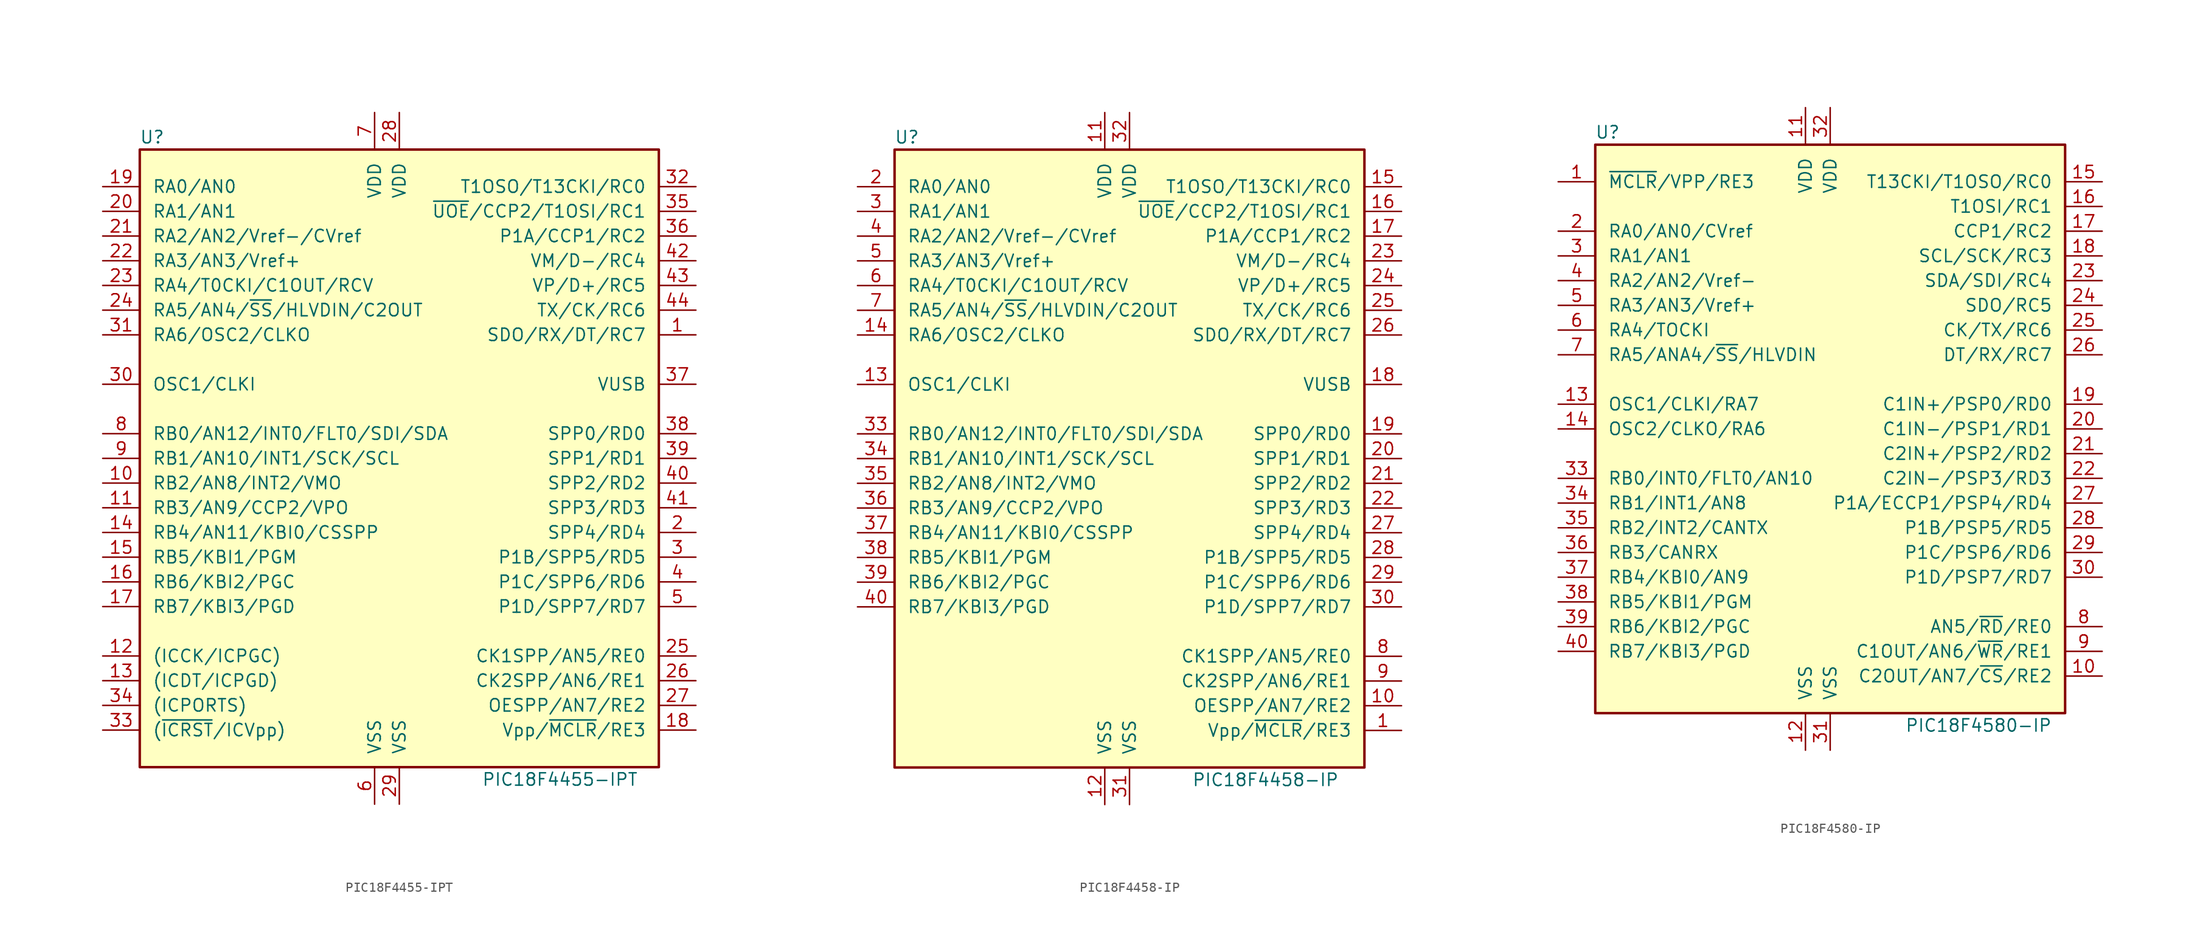
<source format=kicad_sym>
(kicad_symbol_lib
  (version 20201005)
  (generator kicad_symbol_editor)
  (symbol "PIC18F4455-IPT"
    (pin_names
      (offset 1.27))
    (property "Reference" "U"
      (at -25.4 33.02 0)
      (effects (font (size 1.27 1.27))))
    (property "Value" "PIC18F4455-IPT"
      (at 16.51 -33.02 0)
      (effects (font (size 1.27 1.27))))
    (symbol "PIC18F4455-IPT_0_1"
      (rectangle (start -26.67 31.75) (end 26.67 -31.75) (stroke (width 0.254)) (fill (type background))))
    (symbol "PIC18F4455-IPT_1_1"
      (pin bidirectional line (at 30.48 12.7 180) (length 3.81) (name "SDO/RX/DT/RC7" (effects (font (size 1.27 1.27)))) (number "1" (effects (font (size 1.27 1.27)))))
      (pin bidirectional line (at -30.48 -2.54 0) (length 3.81) (name "RB2/AN8/INT2/VMO" (effects (font (size 1.27 1.27)))) (number "10" (effects (font (size 1.27 1.27)))))
      (pin bidirectional line (at -30.48 -5.08 0) (length 3.81) (name "RB3/AN9/CCP2/VPO" (effects (font (size 1.27 1.27)))) (number "11" (effects (font (size 1.27 1.27)))))
      (pin bidirectional line (at -30.48 -20.32 0) (length 3.81) (name "(ICCK/ICPGC)" (effects (font (size 1.27 1.27)))) (number "12" (effects (font (size 1.27 1.27)))))
      (pin bidirectional line (at -30.48 -22.86 0) (length 3.81) (name "(ICDT/ICPGD)" (effects (font (size 1.27 1.27)))) (number "13" (effects (font (size 1.27 1.27)))))
      (pin bidirectional line (at -30.48 -7.62 0) (length 3.81) (name "RB4/AN11/KBI0/CSSPP" (effects (font (size 1.27 1.27)))) (number "14" (effects (font (size 1.27 1.27)))))
      (pin bidirectional line (at -30.48 -10.16 0) (length 3.81) (name "RB5/KBI1/PGM" (effects (font (size 1.27 1.27)))) (number "15" (effects (font (size 1.27 1.27)))))
      (pin bidirectional line (at -30.48 -12.7 0) (length 3.81) (name "RB6/KBI2/PGC" (effects (font (size 1.27 1.27)))) (number "16" (effects (font (size 1.27 1.27)))))
      (pin bidirectional line (at -30.48 -15.24 0) (length 3.81) (name "RB7/KBI3/PGD" (effects (font (size 1.27 1.27)))) (number "17" (effects (font (size 1.27 1.27)))))
      (pin input line (at 30.48 -27.94 180) (length 3.81) (name "Vpp/~MCLR~/RE3" (effects (font (size 1.27 1.27)))) (number "18" (effects (font (size 1.27 1.27)))))
      (pin bidirectional line (at -30.48 27.94 0) (length 3.81) (name "RA0/AN0" (effects (font (size 1.27 1.27)))) (number "19" (effects (font (size 1.27 1.27)))))
      (pin bidirectional line (at 30.48 -7.62 180) (length 3.81) (name "SPP4/RD4" (effects (font (size 1.27 1.27)))) (number "2" (effects (font (size 1.27 1.27)))))
      (pin bidirectional line (at -30.48 25.4 0) (length 3.81) (name "RA1/AN1" (effects (font (size 1.27 1.27)))) (number "20" (effects (font (size 1.27 1.27)))))
      (pin bidirectional line (at -30.48 22.86 0) (length 3.81) (name "RA2/AN2/Vref-/CVref" (effects (font (size 1.27 1.27)))) (number "21" (effects (font (size 1.27 1.27)))))
      (pin bidirectional line (at -30.48 20.32 0) (length 3.81) (name "RA3/AN3/Vref+" (effects (font (size 1.27 1.27)))) (number "22" (effects (font (size 1.27 1.27)))))
      (pin bidirectional line (at -30.48 17.78 0) (length 3.81) (name "RA4/T0CKI/C1OUT/RCV" (effects (font (size 1.27 1.27)))) (number "23" (effects (font (size 1.27 1.27)))))
      (pin bidirectional line (at -30.48 15.24 0) (length 3.81) (name "RA5/AN4/~SS~/HLVDIN/C2OUT" (effects (font (size 1.27 1.27)))) (number "24" (effects (font (size 1.27 1.27)))))
      (pin bidirectional line (at 30.48 -20.32 180) (length 3.81) (name "CK1SPP/AN5/RE0" (effects (font (size 1.27 1.27)))) (number "25" (effects (font (size 1.27 1.27)))))
      (pin bidirectional line (at 30.48 -22.86 180) (length 3.81) (name "CK2SPP/AN6/RE1" (effects (font (size 1.27 1.27)))) (number "26" (effects (font (size 1.27 1.27)))))
      (pin bidirectional line (at 30.48 -25.4 180) (length 3.81) (name "OESPP/AN7/RE2" (effects (font (size 1.27 1.27)))) (number "27" (effects (font (size 1.27 1.27)))))
      (pin power_in line (at 0 35.56 270) (length 3.81) (name "VDD" (effects (font (size 1.27 1.27)))) (number "28" (effects (font (size 1.27 1.27)))))
      (pin power_in line (at 0 -35.56 90) (length 3.81) (name "VSS" (effects (font (size 1.27 1.27)))) (number "29" (effects (font (size 1.27 1.27)))))
      (pin bidirectional line (at 30.48 -10.16 180) (length 3.81) (name "P1B/SPP5/RD5" (effects (font (size 1.27 1.27)))) (number "3" (effects (font (size 1.27 1.27)))))
      (pin input line (at -30.48 7.62 0) (length 3.81) (name "OSC1/CLKI" (effects (font (size 1.27 1.27)))) (number "30" (effects (font (size 1.27 1.27)))))
      (pin output line (at -30.48 12.7 0) (length 3.81) (name "RA6/OSC2/CLKO" (effects (font (size 1.27 1.27)))) (number "31" (effects (font (size 1.27 1.27)))))
      (pin bidirectional line (at 30.48 27.94 180) (length 3.81) (name "T1OSO/T13CKI/RC0" (effects (font (size 1.27 1.27)))) (number "32" (effects (font (size 1.27 1.27)))))
      (pin input line (at -30.48 -27.94 0) (length 3.81) (name "(~ICRST~/ICVpp)" (effects (font (size 1.27 1.27)))) (number "33" (effects (font (size 1.27 1.27)))))
      (pin bidirectional line (at -30.48 -25.4 0) (length 3.81) (name "(ICPORTS)" (effects (font (size 1.27 1.27)))) (number "34" (effects (font (size 1.27 1.27)))))
      (pin bidirectional line (at 30.48 25.4 180) (length 3.81) (name "~UOE~/CCP2/T1OSI/RC1" (effects (font (size 1.27 1.27)))) (number "35" (effects (font (size 1.27 1.27)))))
      (pin bidirectional line (at 30.48 22.86 180) (length 3.81) (name "P1A/CCP1/RC2" (effects (font (size 1.27 1.27)))) (number "36" (effects (font (size 1.27 1.27)))))
      (pin bidirectional line (at 30.48 7.62 180) (length 3.81) (name "VUSB" (effects (font (size 1.27 1.27)))) (number "37" (effects (font (size 1.27 1.27)))))
      (pin bidirectional line (at 30.48 2.54 180) (length 3.81) (name "SPP0/RD0" (effects (font (size 1.27 1.27)))) (number "38" (effects (font (size 1.27 1.27)))))
      (pin bidirectional line (at 30.48 0 180) (length 3.81) (name "SPP1/RD1" (effects (font (size 1.27 1.27)))) (number "39" (effects (font (size 1.27 1.27)))))
      (pin bidirectional line (at 30.48 -12.7 180) (length 3.81) (name "P1C/SPP6/RD6" (effects (font (size 1.27 1.27)))) (number "4" (effects (font (size 1.27 1.27)))))
      (pin bidirectional line (at 30.48 -2.54 180) (length 3.81) (name "SPP2/RD2" (effects (font (size 1.27 1.27)))) (number "40" (effects (font (size 1.27 1.27)))))
      (pin bidirectional line (at 30.48 -5.08 180) (length 3.81) (name "SPP3/RD3" (effects (font (size 1.27 1.27)))) (number "41" (effects (font (size 1.27 1.27)))))
      (pin bidirectional line (at 30.48 20.32 180) (length 3.81) (name "VM/D-/RC4" (effects (font (size 1.27 1.27)))) (number "42" (effects (font (size 1.27 1.27)))))
      (pin bidirectional line (at 30.48 17.78 180) (length 3.81) (name "VP/D+/RC5" (effects (font (size 1.27 1.27)))) (number "43" (effects (font (size 1.27 1.27)))))
      (pin bidirectional line (at 30.48 15.24 180) (length 3.81) (name "TX/CK/RC6" (effects (font (size 1.27 1.27)))) (number "44" (effects (font (size 1.27 1.27)))))
      (pin bidirectional line (at 30.48 -15.24 180) (length 3.81) (name "P1D/SPP7/RD7" (effects (font (size 1.27 1.27)))) (number "5" (effects (font (size 1.27 1.27)))))
      (pin power_in line (at -2.54 -35.56 90) (length 3.81) (name "VSS" (effects (font (size 1.27 1.27)))) (number "6" (effects (font (size 1.27 1.27)))))
      (pin power_in line (at -2.54 35.56 270) (length 3.81) (name "VDD" (effects (font (size 1.27 1.27)))) (number "7" (effects (font (size 1.27 1.27)))))
      (pin bidirectional line (at -30.48 2.54 0) (length 3.81) (name "RB0/AN12/INT0/FLT0/SDI/SDA" (effects (font (size 1.27 1.27)))) (number "8" (effects (font (size 1.27 1.27)))))
      (pin bidirectional line (at -30.48 0 0) (length 3.81) (name "RB1/AN10/INT1/SCK/SCL" (effects (font (size 1.27 1.27)))) (number "9" (effects (font (size 1.27 1.27)))))))
  (symbol "PIC18F4458-IP"
    (pin_names
      (offset 1.27))
    (property "Reference" "U"
      (at -22.86 33.02 0)
      (effects (font (size 1.27 1.27))))
    (property "Value" "PIC18F4458-IP"
      (at 13.97 -33.02 0)
      (effects (font (size 1.27 1.27))))
    (symbol "PIC18F4458-IP_0_1"
      (rectangle (start -24.13 31.75) (end 24.13 -31.75) (stroke (width 0.254)) (fill (type background))))
    (symbol "PIC18F4458-IP_1_1"
      (pin input line (at 27.94 -27.94 180) (length 3.81) (name "Vpp/~MCLR~/RE3" (effects (font (size 1.27 1.27)))) (number "1" (effects (font (size 1.27 1.27)))))
      (pin bidirectional line (at 27.94 -25.4 180) (length 3.81) (name "OESPP/AN7/RE2" (effects (font (size 1.27 1.27)))) (number "10" (effects (font (size 1.27 1.27)))))
      (pin power_in line (at -2.54 35.56 270) (length 3.81) (name "VDD" (effects (font (size 1.27 1.27)))) (number "11" (effects (font (size 1.27 1.27)))))
      (pin power_in line (at -2.54 -35.56 90) (length 3.81) (name "VSS" (effects (font (size 1.27 1.27)))) (number "12" (effects (font (size 1.27 1.27)))))
      (pin input line (at -27.94 7.62 0) (length 3.81) (name "OSC1/CLKI" (effects (font (size 1.27 1.27)))) (number "13" (effects (font (size 1.27 1.27)))))
      (pin bidirectional line (at -27.94 12.7 0) (length 3.81) (name "RA6/OSC2/CLKO" (effects (font (size 1.27 1.27)))) (number "14" (effects (font (size 1.27 1.27)))))
      (pin bidirectional line (at 27.94 27.94 180) (length 3.81) (name "T1OSO/T13CKI/RC0" (effects (font (size 1.27 1.27)))) (number "15" (effects (font (size 1.27 1.27)))))
      (pin bidirectional line (at 27.94 25.4 180) (length 3.81) (name "~UOE~/CCP2/T1OSI/RC1" (effects (font (size 1.27 1.27)))) (number "16" (effects (font (size 1.27 1.27)))))
      (pin bidirectional line (at 27.94 22.86 180) (length 3.81) (name "P1A/CCP1/RC2" (effects (font (size 1.27 1.27)))) (number "17" (effects (font (size 1.27 1.27)))))
      (pin bidirectional line (at 27.94 7.62 180) (length 3.81) (name "VUSB" (effects (font (size 1.27 1.27)))) (number "18" (effects (font (size 1.27 1.27)))))
      (pin bidirectional line (at 27.94 2.54 180) (length 3.81) (name "SPP0/RD0" (effects (font (size 1.27 1.27)))) (number "19" (effects (font (size 1.27 1.27)))))
      (pin bidirectional line (at -27.94 27.94 0) (length 3.81) (name "RA0/AN0" (effects (font (size 1.27 1.27)))) (number "2" (effects (font (size 1.27 1.27)))))
      (pin bidirectional line (at 27.94 0 180) (length 3.81) (name "SPP1/RD1" (effects (font (size 1.27 1.27)))) (number "20" (effects (font (size 1.27 1.27)))))
      (pin bidirectional line (at 27.94 -2.54 180) (length 3.81) (name "SPP2/RD2" (effects (font (size 1.27 1.27)))) (number "21" (effects (font (size 1.27 1.27)))))
      (pin bidirectional line (at 27.94 -5.08 180) (length 3.81) (name "SPP3/RD3" (effects (font (size 1.27 1.27)))) (number "22" (effects (font (size 1.27 1.27)))))
      (pin bidirectional line (at 27.94 20.32 180) (length 3.81) (name "VM/D-/RC4" (effects (font (size 1.27 1.27)))) (number "23" (effects (font (size 1.27 1.27)))))
      (pin bidirectional line (at 27.94 17.78 180) (length 3.81) (name "VP/D+/RC5" (effects (font (size 1.27 1.27)))) (number "24" (effects (font (size 1.27 1.27)))))
      (pin bidirectional line (at 27.94 15.24 180) (length 3.81) (name "TX/CK/RC6" (effects (font (size 1.27 1.27)))) (number "25" (effects (font (size 1.27 1.27)))))
      (pin bidirectional line (at 27.94 12.7 180) (length 3.81) (name "SDO/RX/DT/RC7" (effects (font (size 1.27 1.27)))) (number "26" (effects (font (size 1.27 1.27)))))
      (pin bidirectional line (at 27.94 -7.62 180) (length 3.81) (name "SPP4/RD4" (effects (font (size 1.27 1.27)))) (number "27" (effects (font (size 1.27 1.27)))))
      (pin bidirectional line (at 27.94 -10.16 180) (length 3.81) (name "P1B/SPP5/RD5" (effects (font (size 1.27 1.27)))) (number "28" (effects (font (size 1.27 1.27)))))
      (pin bidirectional line (at 27.94 -12.7 180) (length 3.81) (name "P1C/SPP6/RD6" (effects (font (size 1.27 1.27)))) (number "29" (effects (font (size 1.27 1.27)))))
      (pin bidirectional line (at -27.94 25.4 0) (length 3.81) (name "RA1/AN1" (effects (font (size 1.27 1.27)))) (number "3" (effects (font (size 1.27 1.27)))))
      (pin bidirectional line (at 27.94 -15.24 180) (length 3.81) (name "P1D/SPP7/RD7" (effects (font (size 1.27 1.27)))) (number "30" (effects (font (size 1.27 1.27)))))
      (pin power_in line (at 0 -35.56 90) (length 3.81) (name "VSS" (effects (font (size 1.27 1.27)))) (number "31" (effects (font (size 1.27 1.27)))))
      (pin power_in line (at 0 35.56 270) (length 3.81) (name "VDD" (effects (font (size 1.27 1.27)))) (number "32" (effects (font (size 1.27 1.27)))))
      (pin bidirectional line (at -27.94 2.54 0) (length 3.81) (name "RB0/AN12/INT0/FLT0/SDI/SDA" (effects (font (size 1.27 1.27)))) (number "33" (effects (font (size 1.27 1.27)))))
      (pin bidirectional line (at -27.94 0 0) (length 3.81) (name "RB1/AN10/INT1/SCK/SCL" (effects (font (size 1.27 1.27)))) (number "34" (effects (font (size 1.27 1.27)))))
      (pin bidirectional line (at -27.94 -2.54 0) (length 3.81) (name "RB2/AN8/INT2/VMO" (effects (font (size 1.27 1.27)))) (number "35" (effects (font (size 1.27 1.27)))))
      (pin bidirectional line (at -27.94 -5.08 0) (length 3.81) (name "RB3/AN9/CCP2/VPO" (effects (font (size 1.27 1.27)))) (number "36" (effects (font (size 1.27 1.27)))))
      (pin bidirectional line (at -27.94 -7.62 0) (length 3.81) (name "RB4/AN11/KBI0/CSSPP" (effects (font (size 1.27 1.27)))) (number "37" (effects (font (size 1.27 1.27)))))
      (pin bidirectional line (at -27.94 -10.16 0) (length 3.81) (name "RB5/KBI1/PGM" (effects (font (size 1.27 1.27)))) (number "38" (effects (font (size 1.27 1.27)))))
      (pin bidirectional line (at -27.94 -12.7 0) (length 3.81) (name "RB6/KBI2/PGC" (effects (font (size 1.27 1.27)))) (number "39" (effects (font (size 1.27 1.27)))))
      (pin bidirectional line (at -27.94 22.86 0) (length 3.81) (name "RA2/AN2/Vref-/CVref" (effects (font (size 1.27 1.27)))) (number "4" (effects (font (size 1.27 1.27)))))
      (pin bidirectional line (at -27.94 -15.24 0) (length 3.81) (name "RB7/KBI3/PGD" (effects (font (size 1.27 1.27)))) (number "40" (effects (font (size 1.27 1.27)))))
      (pin bidirectional line (at -27.94 20.32 0) (length 3.81) (name "RA3/AN3/Vref+" (effects (font (size 1.27 1.27)))) (number "5" (effects (font (size 1.27 1.27)))))
      (pin bidirectional line (at -27.94 17.78 0) (length 3.81) (name "RA4/T0CKI/C1OUT/RCV" (effects (font (size 1.27 1.27)))) (number "6" (effects (font (size 1.27 1.27)))))
      (pin bidirectional line (at -27.94 15.24 0) (length 3.81) (name "RA5/AN4/~SS~/HLVDIN/C2OUT" (effects (font (size 1.27 1.27)))) (number "7" (effects (font (size 1.27 1.27)))))
      (pin bidirectional line (at 27.94 -20.32 180) (length 3.81) (name "CK1SPP/AN5/RE0" (effects (font (size 1.27 1.27)))) (number "8" (effects (font (size 1.27 1.27)))))
      (pin bidirectional line (at 27.94 -22.86 180) (length 3.81) (name "CK2SPP/AN6/RE1" (effects (font (size 1.27 1.27)))) (number "9" (effects (font (size 1.27 1.27)))))))
  (symbol "PIC18F4580-IP"
    (pin_names
      (offset 1.27))
    (property "Reference" "U"
      (at -22.86 30.48 0)
      (effects (font (size 1.27 1.27))))
    (property "Value" "PIC18F4580-IP"
      (at 15.24 -30.48 0)
      (effects (font (size 1.27 1.27))))
    (symbol "PIC18F4580-IP_0_1"
      (rectangle (start -24.13 -29.21) (end 24.13 29.21) (stroke (width 0.254)) (fill (type background))))
    (symbol "PIC18F4580-IP_1_1"
      (pin input line (at -27.94 25.4 0) (length 3.81) (name "~MCLR~/VPP/RE3" (effects (font (size 1.27 1.27)))) (number "1" (effects (font (size 1.27 1.27)))))
      (pin bidirectional line (at 27.94 -25.4 180) (length 3.81) (name "C2OUT/AN7/~CS~/RE2" (effects (font (size 1.27 1.27)))) (number "10" (effects (font (size 1.27 1.27)))))
      (pin power_in line (at -2.54 33.02 270) (length 3.81) (name "VDD" (effects (font (size 1.27 1.27)))) (number "11" (effects (font (size 1.27 1.27)))))
      (pin power_in line (at -2.54 -33.02 90) (length 3.81) (name "VSS" (effects (font (size 1.27 1.27)))) (number "12" (effects (font (size 1.27 1.27)))))
      (pin input line (at -27.94 2.54 0) (length 3.81) (name "OSC1/CLKI/RA7" (effects (font (size 1.27 1.27)))) (number "13" (effects (font (size 1.27 1.27)))))
      (pin output line (at -27.94 0 0) (length 3.81) (name "OSC2/CLKO/RA6" (effects (font (size 1.27 1.27)))) (number "14" (effects (font (size 1.27 1.27)))))
      (pin bidirectional line (at 27.94 25.4 180) (length 3.81) (name "T13CKI/T1OSO/RC0" (effects (font (size 1.27 1.27)))) (number "15" (effects (font (size 1.27 1.27)))))
      (pin bidirectional line (at 27.94 22.86 180) (length 3.81) (name "T1OSI/RC1" (effects (font (size 1.27 1.27)))) (number "16" (effects (font (size 1.27 1.27)))))
      (pin bidirectional line (at 27.94 20.32 180) (length 3.81) (name "CCP1/RC2" (effects (font (size 1.27 1.27)))) (number "17" (effects (font (size 1.27 1.27)))))
      (pin bidirectional line (at 27.94 17.78 180) (length 3.81) (name "SCL/SCK/RC3" (effects (font (size 1.27 1.27)))) (number "18" (effects (font (size 1.27 1.27)))))
      (pin bidirectional line (at 27.94 2.54 180) (length 3.81) (name "C1IN+/PSP0/RD0" (effects (font (size 1.27 1.27)))) (number "19" (effects (font (size 1.27 1.27)))))
      (pin bidirectional line (at -27.94 20.32 0) (length 3.81) (name "RA0/AN0/CVref" (effects (font (size 1.27 1.27)))) (number "2" (effects (font (size 1.27 1.27)))))
      (pin bidirectional line (at 27.94 0 180) (length 3.81) (name "C1IN-/PSP1/RD1" (effects (font (size 1.27 1.27)))) (number "20" (effects (font (size 1.27 1.27)))))
      (pin bidirectional line (at 27.94 -2.54 180) (length 3.81) (name "C2IN+/PSP2/RD2" (effects (font (size 1.27 1.27)))) (number "21" (effects (font (size 1.27 1.27)))))
      (pin bidirectional line (at 27.94 -5.08 180) (length 3.81) (name "C2IN-/PSP3/RD3" (effects (font (size 1.27 1.27)))) (number "22" (effects (font (size 1.27 1.27)))))
      (pin bidirectional line (at 27.94 15.24 180) (length 3.81) (name "SDA/SDI/RC4" (effects (font (size 1.27 1.27)))) (number "23" (effects (font (size 1.27 1.27)))))
      (pin bidirectional line (at 27.94 12.7 180) (length 3.81) (name "SDO/RC5" (effects (font (size 1.27 1.27)))) (number "24" (effects (font (size 1.27 1.27)))))
      (pin bidirectional line (at 27.94 10.16 180) (length 3.81) (name "CK/TX/RC6" (effects (font (size 1.27 1.27)))) (number "25" (effects (font (size 1.27 1.27)))))
      (pin bidirectional line (at 27.94 7.62 180) (length 3.81) (name "DT/RX/RC7" (effects (font (size 1.27 1.27)))) (number "26" (effects (font (size 1.27 1.27)))))
      (pin bidirectional line (at 27.94 -7.62 180) (length 3.81) (name "P1A/ECCP1/PSP4/RD4" (effects (font (size 1.27 1.27)))) (number "27" (effects (font (size 1.27 1.27)))))
      (pin bidirectional line (at 27.94 -10.16 180) (length 3.81) (name "P1B/PSP5/RD5" (effects (font (size 1.27 1.27)))) (number "28" (effects (font (size 1.27 1.27)))))
      (pin bidirectional line (at 27.94 -12.7 180) (length 3.81) (name "P1C/PSP6/RD6" (effects (font (size 1.27 1.27)))) (number "29" (effects (font (size 1.27 1.27)))))
      (pin bidirectional line (at -27.94 17.78 0) (length 3.81) (name "RA1/AN1" (effects (font (size 1.27 1.27)))) (number "3" (effects (font (size 1.27 1.27)))))
      (pin bidirectional line (at 27.94 -15.24 180) (length 3.81) (name "P1D/PSP7/RD7" (effects (font (size 1.27 1.27)))) (number "30" (effects (font (size 1.27 1.27)))))
      (pin power_in line (at 0 -33.02 90) (length 3.81) (name "VSS" (effects (font (size 1.27 1.27)))) (number "31" (effects (font (size 1.27 1.27)))))
      (pin power_in line (at 0 33.02 270) (length 3.81) (name "VDD" (effects (font (size 1.27 1.27)))) (number "32" (effects (font (size 1.27 1.27)))))
      (pin bidirectional line (at -27.94 -5.08 0) (length 3.81) (name "RB0/INT0/FLT0/AN10" (effects (font (size 1.27 1.27)))) (number "33" (effects (font (size 1.27 1.27)))))
      (pin bidirectional line (at -27.94 -7.62 0) (length 3.81) (name "RB1/INT1/AN8" (effects (font (size 1.27 1.27)))) (number "34" (effects (font (size 1.27 1.27)))))
      (pin bidirectional line (at -27.94 -10.16 0) (length 3.81) (name "RB2/INT2/CANTX" (effects (font (size 1.27 1.27)))) (number "35" (effects (font (size 1.27 1.27)))))
      (pin bidirectional line (at -27.94 -12.7 0) (length 3.81) (name "RB3/CANRX" (effects (font (size 1.27 1.27)))) (number "36" (effects (font (size 1.27 1.27)))))
      (pin bidirectional line (at -27.94 -15.24 0) (length 3.81) (name "RB4/KBI0/AN9" (effects (font (size 1.27 1.27)))) (number "37" (effects (font (size 1.27 1.27)))))
      (pin bidirectional line (at -27.94 -17.78 0) (length 3.81) (name "RB5/KBI1/PGM" (effects (font (size 1.27 1.27)))) (number "38" (effects (font (size 1.27 1.27)))))
      (pin bidirectional line (at -27.94 -20.32 0) (length 3.81) (name "RB6/KBI2/PGC" (effects (font (size 1.27 1.27)))) (number "39" (effects (font (size 1.27 1.27)))))
      (pin bidirectional line (at -27.94 15.24 0) (length 3.81) (name "RA2/AN2/Vref-" (effects (font (size 1.27 1.27)))) (number "4" (effects (font (size 1.27 1.27)))))
      (pin bidirectional line (at -27.94 -22.86 0) (length 3.81) (name "RB7/KBI3/PGD" (effects (font (size 1.27 1.27)))) (number "40" (effects (font (size 1.27 1.27)))))
      (pin bidirectional line (at -27.94 12.7 0) (length 3.81) (name "RA3/AN3/Vref+" (effects (font (size 1.27 1.27)))) (number "5" (effects (font (size 1.27 1.27)))))
      (pin bidirectional line (at -27.94 10.16 0) (length 3.81) (name "RA4/TOCKI" (effects (font (size 1.27 1.27)))) (number "6" (effects (font (size 1.27 1.27)))))
      (pin bidirectional line (at -27.94 7.62 0) (length 3.81) (name "RA5/ANA4/~SS~/HLVDIN" (effects (font (size 1.27 1.27)))) (number "7" (effects (font (size 1.27 1.27)))))
      (pin bidirectional line (at 27.94 -20.32 180) (length 3.81) (name "AN5/~RD~/RE0" (effects (font (size 1.27 1.27)))) (number "8" (effects (font (size 1.27 1.27)))))
      (pin bidirectional line (at 27.94 -22.86 180) (length 3.81) (name "C1OUT/AN6/~WR~/RE1" (effects (font (size 1.27 1.27)))) (number "9" (effects (font (size 1.27 1.27))))))))
</source>
